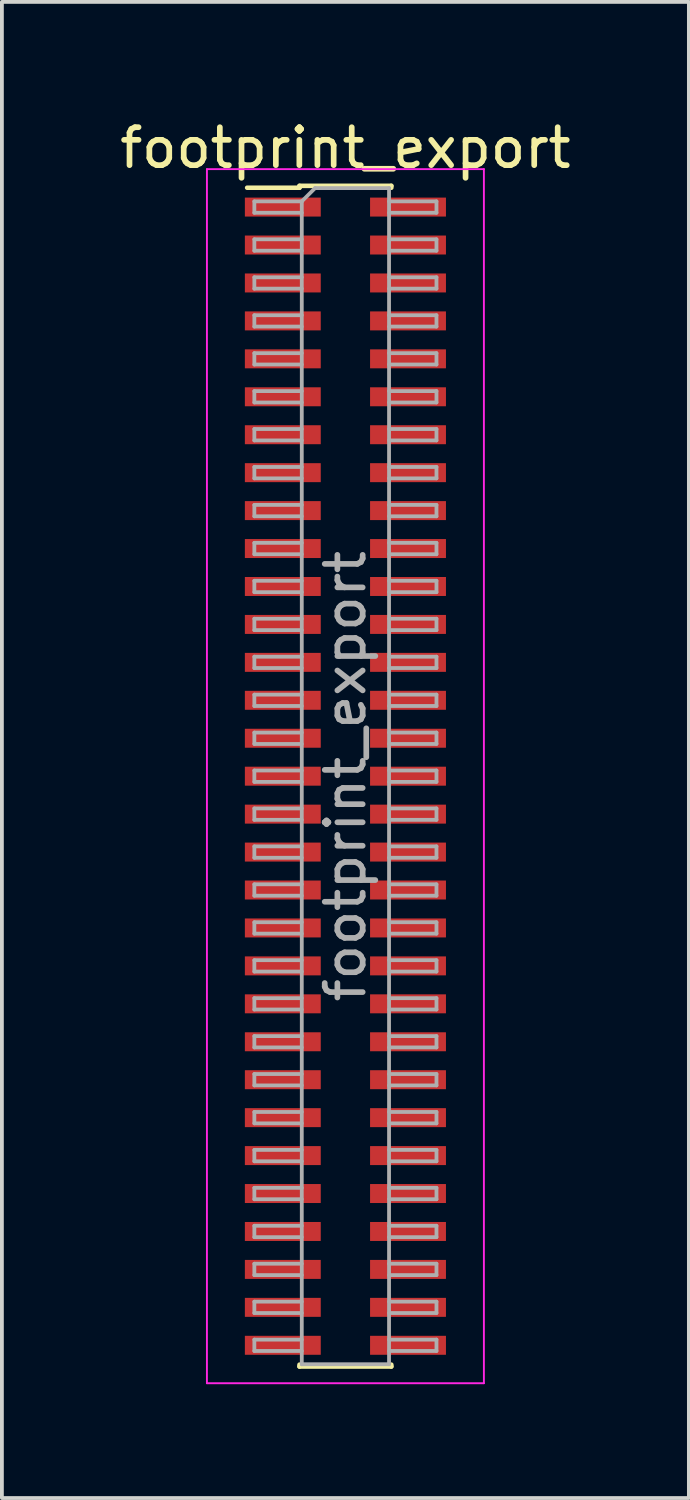
<source format=kicad_pcb>
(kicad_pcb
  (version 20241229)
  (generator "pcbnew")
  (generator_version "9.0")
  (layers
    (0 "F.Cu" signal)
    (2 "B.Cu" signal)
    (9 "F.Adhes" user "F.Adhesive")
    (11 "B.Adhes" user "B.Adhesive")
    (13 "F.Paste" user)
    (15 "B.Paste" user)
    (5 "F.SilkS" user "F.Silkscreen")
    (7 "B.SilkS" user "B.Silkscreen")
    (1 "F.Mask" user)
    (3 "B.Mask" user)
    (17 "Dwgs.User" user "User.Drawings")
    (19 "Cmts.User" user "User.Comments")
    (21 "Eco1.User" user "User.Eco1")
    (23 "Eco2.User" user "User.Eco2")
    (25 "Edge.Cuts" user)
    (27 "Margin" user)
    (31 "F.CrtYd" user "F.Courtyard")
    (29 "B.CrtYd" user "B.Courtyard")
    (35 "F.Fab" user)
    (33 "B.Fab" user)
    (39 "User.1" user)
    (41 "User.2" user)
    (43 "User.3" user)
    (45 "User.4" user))
  (footprint "footprint_export"
    (layer "F.Cu")
    (at 6.054 17.408)
    (property "Reference" "footprint_export" (at 0 -16.56 0) (layer "F.SilkS") (effects (font (size 1 1) (thickness 0.15))))
    (attr smd)
    (fp_line (start -2.59 -15.51) (end -1.21 -15.51) (stroke (width 0.12) (type solid)) (layer "F.SilkS"))
    (fp_line (start -1.21 -15.56) (end -1.21 -15.51) (stroke (width 0.12) (type solid)) (layer "F.SilkS"))
    (fp_line (start -1.21 -15.56) (end 1.21 -15.56) (stroke (width 0.12) (type solid)) (layer "F.SilkS"))
    (fp_line (start -1.21 15.51) (end -1.21 15.56) (stroke (width 0.12) (type solid)) (layer "F.SilkS"))
    (fp_line (start -1.21 15.56) (end 1.21 15.56) (stroke (width 0.12) (type solid)) (layer "F.SilkS"))
    (fp_line (start 1.21 -15.56) (end 1.21 -15.51) (stroke (width 0.12) (type solid)) (layer "F.SilkS"))
    (fp_line (start 1.21 15.51) (end 1.21 15.56) (stroke (width 0.12) (type solid)) (layer "F.SilkS"))
    (fp_line (start -3.65 -16) (end -3.65 16) (stroke (width 0.05) (type solid)) (layer "F.CrtYd"))
    (fp_line (start -3.65 16) (end 3.65 16) (stroke (width 0.05) (type solid)) (layer "F.CrtYd"))
    (fp_line (start 3.65 -16) (end -3.65 -16) (stroke (width 0.05) (type solid)) (layer "F.CrtYd"))
    (fp_line (start 3.65 16) (end 3.65 -16) (stroke (width 0.05) (type solid)) (layer "F.CrtYd"))
    (fp_line (start -2.4 -15.15) (end -2.4 -14.85) (stroke (width 0.1) (type solid)) (layer "F.Fab"))
    (fp_line (start -2.4 -14.85) (end -1.15 -14.85) (stroke (width 0.1) (type solid)) (layer "F.Fab"))
    (fp_line (start -2.4 -14.15) (end -2.4 -13.85) (stroke (width 0.1) (type solid)) (layer "F.Fab"))
    (fp_line (start -2.4 -13.85) (end -1.15 -13.85) (stroke (width 0.1) (type solid)) (layer "F.Fab"))
    (fp_line (start -2.4 -13.15) (end -2.4 -12.85) (stroke (width 0.1) (type solid)) (layer "F.Fab"))
    (fp_line (start -2.4 -12.85) (end -1.15 -12.85) (stroke (width 0.1) (type solid)) (layer "F.Fab"))
    (fp_line (start -2.4 -12.15) (end -2.4 -11.85) (stroke (width 0.1) (type solid)) (layer "F.Fab"))
    (fp_line (start -2.4 -11.85) (end -1.15 -11.85) (stroke (width 0.1) (type solid)) (layer "F.Fab"))
    (fp_line (start -2.4 -11.15) (end -2.4 -10.85) (stroke (width 0.1) (type solid)) (layer "F.Fab"))
    (fp_line (start -2.4 -10.85) (end -1.15 -10.85) (stroke (width 0.1) (type solid)) (layer "F.Fab"))
    (fp_line (start -2.4 -10.15) (end -2.4 -9.85) (stroke (width 0.1) (type solid)) (layer "F.Fab"))
    (fp_line (start -2.4 -9.85) (end -1.15 -9.85) (stroke (width 0.1) (type solid)) (layer "F.Fab"))
    (fp_line (start -2.4 -9.15) (end -2.4 -8.85) (stroke (width 0.1) (type solid)) (layer "F.Fab"))
    (fp_line (start -2.4 -8.85) (end -1.15 -8.85) (stroke (width 0.1) (type solid)) (layer "F.Fab"))
    (fp_line (start -2.4 -8.15) (end -2.4 -7.85) (stroke (width 0.1) (type solid)) (layer "F.Fab"))
    (fp_line (start -2.4 -7.85) (end -1.15 -7.85) (stroke (width 0.1) (type solid)) (layer "F.Fab"))
    (fp_line (start -2.4 -7.15) (end -2.4 -6.85) (stroke (width 0.1) (type solid)) (layer "F.Fab"))
    (fp_line (start -2.4 -6.85) (end -1.15 -6.85) (stroke (width 0.1) (type solid)) (layer "F.Fab"))
    (fp_line (start -2.4 -6.15) (end -2.4 -5.85) (stroke (width 0.1) (type solid)) (layer "F.Fab"))
    (fp_line (start -2.4 -5.85) (end -1.15 -5.85) (stroke (width 0.1) (type solid)) (layer "F.Fab"))
    (fp_line (start -2.4 -5.15) (end -2.4 -4.85) (stroke (width 0.1) (type solid)) (layer "F.Fab"))
    (fp_line (start -2.4 -4.85) (end -1.15 -4.85) (stroke (width 0.1) (type solid)) (layer "F.Fab"))
    (fp_line (start -2.4 -4.15) (end -2.4 -3.85) (stroke (width 0.1) (type solid)) (layer "F.Fab"))
    (fp_line (start -2.4 -3.85) (end -1.15 -3.85) (stroke (width 0.1) (type solid)) (layer "F.Fab"))
    (fp_line (start -2.4 -3.15) (end -2.4 -2.85) (stroke (width 0.1) (type solid)) (layer "F.Fab"))
    (fp_line (start -2.4 -2.85) (end -1.15 -2.85) (stroke (width 0.1) (type solid)) (layer "F.Fab"))
    (fp_line (start -2.4 -2.15) (end -2.4 -1.85) (stroke (width 0.1) (type solid)) (layer "F.Fab"))
    (fp_line (start -2.4 -1.85) (end -1.15 -1.85) (stroke (width 0.1) (type solid)) (layer "F.Fab"))
    (fp_line (start -2.4 -1.15) (end -2.4 -0.85) (stroke (width 0.1) (type solid)) (layer "F.Fab"))
    (fp_line (start -2.4 -0.85) (end -1.15 -0.85) (stroke (width 0.1) (type solid)) (layer "F.Fab"))
    (fp_line (start -2.4 -0.15) (end -2.4 0.15) (stroke (width 0.1) (type solid)) (layer "F.Fab"))
    (fp_line (start -2.4 0.15) (end -1.15 0.15) (stroke (width 0.1) (type solid)) (layer "F.Fab"))
    (fp_line (start -2.4 0.85) (end -2.4 1.15) (stroke (width 0.1) (type solid)) (layer "F.Fab"))
    (fp_line (start -2.4 1.15) (end -1.15 1.15) (stroke (width 0.1) (type solid)) (layer "F.Fab"))
    (fp_line (start -2.4 1.85) (end -2.4 2.15) (stroke (width 0.1) (type solid)) (layer "F.Fab"))
    (fp_line (start -2.4 2.15) (end -1.15 2.15) (stroke (width 0.1) (type solid)) (layer "F.Fab"))
    (fp_line (start -2.4 2.85) (end -2.4 3.15) (stroke (width 0.1) (type solid)) (layer "F.Fab"))
    (fp_line (start -2.4 3.15) (end -1.15 3.15) (stroke (width 0.1) (type solid)) (layer "F.Fab"))
    (fp_line (start -2.4 3.85) (end -2.4 4.15) (stroke (width 0.1) (type solid)) (layer "F.Fab"))
    (fp_line (start -2.4 4.15) (end -1.15 4.15) (stroke (width 0.1) (type solid)) (layer "F.Fab"))
    (fp_line (start -2.4 4.85) (end -2.4 5.15) (stroke (width 0.1) (type solid)) (layer "F.Fab"))
    (fp_line (start -2.4 5.15) (end -1.15 5.15) (stroke (width 0.1) (type solid)) (layer "F.Fab"))
    (fp_line (start -2.4 5.85) (end -2.4 6.15) (stroke (width 0.1) (type solid)) (layer "F.Fab"))
    (fp_line (start -2.4 6.15) (end -1.15 6.15) (stroke (width 0.1) (type solid)) (layer "F.Fab"))
    (fp_line (start -2.4 6.85) (end -2.4 7.15) (stroke (width 0.1) (type solid)) (layer "F.Fab"))
    (fp_line (start -2.4 7.15) (end -1.15 7.15) (stroke (width 0.1) (type solid)) (layer "F.Fab"))
    (fp_line (start -2.4 7.85) (end -2.4 8.15) (stroke (width 0.1) (type solid)) (layer "F.Fab"))
    (fp_line (start -2.4 8.15) (end -1.15 8.15) (stroke (width 0.1) (type solid)) (layer "F.Fab"))
    (fp_line (start -2.4 8.85) (end -2.4 9.15) (stroke (width 0.1) (type solid)) (layer "F.Fab"))
    (fp_line (start -2.4 9.15) (end -1.15 9.15) (stroke (width 0.1) (type solid)) (layer "F.Fab"))
    (fp_line (start -2.4 9.85) (end -2.4 10.15) (stroke (width 0.1) (type solid)) (layer "F.Fab"))
    (fp_line (start -2.4 10.15) (end -1.15 10.15) (stroke (width 0.1) (type solid)) (layer "F.Fab"))
    (fp_line (start -2.4 10.85) (end -2.4 11.15) (stroke (width 0.1) (type solid)) (layer "F.Fab"))
    (fp_line (start -2.4 11.15) (end -1.15 11.15) (stroke (width 0.1) (type solid)) (layer "F.Fab"))
    (fp_line (start -2.4 11.85) (end -2.4 12.15) (stroke (width 0.1) (type solid)) (layer "F.Fab"))
    (fp_line (start -2.4 12.15) (end -1.15 12.15) (stroke (width 0.1) (type solid)) (layer "F.Fab"))
    (fp_line (start -2.4 12.85) (end -2.4 13.15) (stroke (width 0.1) (type solid)) (layer "F.Fab"))
    (fp_line (start -2.4 13.15) (end -1.15 13.15) (stroke (width 0.1) (type solid)) (layer "F.Fab"))
    (fp_line (start -2.4 13.85) (end -2.4 14.15) (stroke (width 0.1) (type solid)) (layer "F.Fab"))
    (fp_line (start -2.4 14.15) (end -1.15 14.15) (stroke (width 0.1) (type solid)) (layer "F.Fab"))
    (fp_line (start -2.4 14.85) (end -2.4 15.15) (stroke (width 0.1) (type solid)) (layer "F.Fab"))
    (fp_line (start -2.4 15.15) (end -1.15 15.15) (stroke (width 0.1) (type solid)) (layer "F.Fab"))
    (fp_line (start -1.15 -15.15) (end -2.4 -15.15) (stroke (width 0.1) (type solid)) (layer "F.Fab"))
    (fp_line (start -1.15 -15.15) (end -0.8 -15.5) (stroke (width 0.1) (type solid)) (layer "F.Fab"))
    (fp_line (start -1.15 -14.15) (end -2.4 -14.15) (stroke (width 0.1) (type solid)) (layer "F.Fab"))
    (fp_line (start -1.15 -13.15) (end -2.4 -13.15) (stroke (width 0.1) (type solid)) (layer "F.Fab"))
    (fp_line (start -1.15 -12.15) (end -2.4 -12.15) (stroke (width 0.1) (type solid)) (layer "F.Fab"))
    (fp_line (start -1.15 -11.15) (end -2.4 -11.15) (stroke (width 0.1) (type solid)) (layer "F.Fab"))
    (fp_line (start -1.15 -10.15) (end -2.4 -10.15) (stroke (width 0.1) (type solid)) (layer "F.Fab"))
    (fp_line (start -1.15 -9.15) (end -2.4 -9.15) (stroke (width 0.1) (type solid)) (layer "F.Fab"))
    (fp_line (start -1.15 -8.15) (end -2.4 -8.15) (stroke (width 0.1) (type solid)) (layer "F.Fab"))
    (fp_line (start -1.15 -7.15) (end -2.4 -7.15) (stroke (width 0.1) (type solid)) (layer "F.Fab"))
    (fp_line (start -1.15 -6.15) (end -2.4 -6.15) (stroke (width 0.1) (type solid)) (layer "F.Fab"))
    (fp_line (start -1.15 -5.15) (end -2.4 -5.15) (stroke (width 0.1) (type solid)) (layer "F.Fab"))
    (fp_line (start -1.15 -4.15) (end -2.4 -4.15) (stroke (width 0.1) (type solid)) (layer "F.Fab"))
    (fp_line (start -1.15 -3.15) (end -2.4 -3.15) (stroke (width 0.1) (type solid)) (layer "F.Fab"))
    (fp_line (start -1.15 -2.15) (end -2.4 -2.15) (stroke (width 0.1) (type solid)) (layer "F.Fab"))
    (fp_line (start -1.15 -1.15) (end -2.4 -1.15) (stroke (width 0.1) (type solid)) (layer "F.Fab"))
    (fp_line (start -1.15 -0.15) (end -2.4 -0.15) (stroke (width 0.1) (type solid)) (layer "F.Fab"))
    (fp_line (start -1.15 0.85) (end -2.4 0.85) (stroke (width 0.1) (type solid)) (layer "F.Fab"))
    (fp_line (start -1.15 1.85) (end -2.4 1.85) (stroke (width 0.1) (type solid)) (layer "F.Fab"))
    (fp_line (start -1.15 2.85) (end -2.4 2.85) (stroke (width 0.1) (type solid)) (layer "F.Fab"))
    (fp_line (start -1.15 3.85) (end -2.4 3.85) (stroke (width 0.1) (type solid)) (layer "F.Fab"))
    (fp_line (start -1.15 4.85) (end -2.4 4.85) (stroke (width 0.1) (type solid)) (layer "F.Fab"))
    (fp_line (start -1.15 5.85) (end -2.4 5.85) (stroke (width 0.1) (type solid)) (layer "F.Fab"))
    (fp_line (start -1.15 6.85) (end -2.4 6.85) (stroke (width 0.1) (type solid)) (layer "F.Fab"))
    (fp_line (start -1.15 7.85) (end -2.4 7.85) (stroke (width 0.1) (type solid)) (layer "F.Fab"))
    (fp_line (start -1.15 8.85) (end -2.4 8.85) (stroke (width 0.1) (type solid)) (layer "F.Fab"))
    (fp_line (start -1.15 9.85) (end -2.4 9.85) (stroke (width 0.1) (type solid)) (layer "F.Fab"))
    (fp_line (start -1.15 10.85) (end -2.4 10.85) (stroke (width 0.1) (type solid)) (layer "F.Fab"))
    (fp_line (start -1.15 11.85) (end -2.4 11.85) (stroke (width 0.1) (type solid)) (layer "F.Fab"))
    (fp_line (start -1.15 12.85) (end -2.4 12.85) (stroke (width 0.1) (type solid)) (layer "F.Fab"))
    (fp_line (start -1.15 13.85) (end -2.4 13.85) (stroke (width 0.1) (type solid)) (layer "F.Fab"))
    (fp_line (start -1.15 14.85) (end -2.4 14.85) (stroke (width 0.1) (type solid)) (layer "F.Fab"))
    (fp_line (start -1.15 15.5) (end -1.15 -15.15) (stroke (width 0.1) (type solid)) (layer "F.Fab"))
    (fp_line (start -0.8 -15.5) (end 1.15 -15.5) (stroke (width 0.1) (type solid)) (layer "F.Fab"))
    (fp_line (start 1.15 -15.5) (end 1.15 15.5) (stroke (width 0.1) (type solid)) (layer "F.Fab"))
    (fp_line (start 1.15 -15.15) (end 2.4 -15.15) (stroke (width 0.1) (type solid)) (layer "F.Fab"))
    (fp_line (start 1.15 -14.15) (end 2.4 -14.15) (stroke (width 0.1) (type solid)) (layer "F.Fab"))
    (fp_line (start 1.15 -13.15) (end 2.4 -13.15) (stroke (width 0.1) (type solid)) (layer "F.Fab"))
    (fp_line (start 1.15 -12.15) (end 2.4 -12.15) (stroke (width 0.1) (type solid)) (layer "F.Fab"))
    (fp_line (start 1.15 -11.15) (end 2.4 -11.15) (stroke (width 0.1) (type solid)) (layer "F.Fab"))
    (fp_line (start 1.15 -10.15) (end 2.4 -10.15) (stroke (width 0.1) (type solid)) (layer "F.Fab"))
    (fp_line (start 1.15 -9.15) (end 2.4 -9.15) (stroke (width 0.1) (type solid)) (layer "F.Fab"))
    (fp_line (start 1.15 -8.15) (end 2.4 -8.15) (stroke (width 0.1) (type solid)) (layer "F.Fab"))
    (fp_line (start 1.15 -7.15) (end 2.4 -7.15) (stroke (width 0.1) (type solid)) (layer "F.Fab"))
    (fp_line (start 1.15 -6.15) (end 2.4 -6.15) (stroke (width 0.1) (type solid)) (layer "F.Fab"))
    (fp_line (start 1.15 -5.15) (end 2.4 -5.15) (stroke (width 0.1) (type solid)) (layer "F.Fab"))
    (fp_line (start 1.15 -4.15) (end 2.4 -4.15) (stroke (width 0.1) (type solid)) (layer "F.Fab"))
    (fp_line (start 1.15 -3.15) (end 2.4 -3.15) (stroke (width 0.1) (type solid)) (layer "F.Fab"))
    (fp_line (start 1.15 -2.15) (end 2.4 -2.15) (stroke (width 0.1) (type solid)) (layer "F.Fab"))
    (fp_line (start 1.15 -1.15) (end 2.4 -1.15) (stroke (width 0.1) (type solid)) (layer "F.Fab"))
    (fp_line (start 1.15 -0.15) (end 2.4 -0.15) (stroke (width 0.1) (type solid)) (layer "F.Fab"))
    (fp_line (start 1.15 0.85) (end 2.4 0.85) (stroke (width 0.1) (type solid)) (layer "F.Fab"))
    (fp_line (start 1.15 1.85) (end 2.4 1.85) (stroke (width 0.1) (type solid)) (layer "F.Fab"))
    (fp_line (start 1.15 2.85) (end 2.4 2.85) (stroke (width 0.1) (type solid)) (layer "F.Fab"))
    (fp_line (start 1.15 3.85) (end 2.4 3.85) (stroke (width 0.1) (type solid)) (layer "F.Fab"))
    (fp_line (start 1.15 4.85) (end 2.4 4.85) (stroke (width 0.1) (type solid)) (layer "F.Fab"))
    (fp_line (start 1.15 5.85) (end 2.4 5.85) (stroke (width 0.1) (type solid)) (layer "F.Fab"))
    (fp_line (start 1.15 6.85) (end 2.4 6.85) (stroke (width 0.1) (type solid)) (layer "F.Fab"))
    (fp_line (start 1.15 7.85) (end 2.4 7.85) (stroke (width 0.1) (type solid)) (layer "F.Fab"))
    (fp_line (start 1.15 8.85) (end 2.4 8.85) (stroke (width 0.1) (type solid)) (layer "F.Fab"))
    (fp_line (start 1.15 9.85) (end 2.4 9.85) (stroke (width 0.1) (type solid)) (layer "F.Fab"))
    (fp_line (start 1.15 10.85) (end 2.4 10.85) (stroke (width 0.1) (type solid)) (layer "F.Fab"))
    (fp_line (start 1.15 11.85) (end 2.4 11.85) (stroke (width 0.1) (type solid)) (layer "F.Fab"))
    (fp_line (start 1.15 12.85) (end 2.4 12.85) (stroke (width 0.1) (type solid)) (layer "F.Fab"))
    (fp_line (start 1.15 13.85) (end 2.4 13.85) (stroke (width 0.1) (type solid)) (layer "F.Fab"))
    (fp_line (start 1.15 14.85) (end 2.4 14.85) (stroke (width 0.1) (type solid)) (layer "F.Fab"))
    (fp_line (start 1.15 15.5) (end -1.15 15.5) (stroke (width 0.1) (type solid)) (layer "F.Fab"))
    (fp_line (start 2.4 -15.15) (end 2.4 -14.85) (stroke (width 0.1) (type solid)) (layer "F.Fab"))
    (fp_line (start 2.4 -14.85) (end 1.15 -14.85) (stroke (width 0.1) (type solid)) (layer "F.Fab"))
    (fp_line (start 2.4 -14.15) (end 2.4 -13.85) (stroke (width 0.1) (type solid)) (layer "F.Fab"))
    (fp_line (start 2.4 -13.85) (end 1.15 -13.85) (stroke (width 0.1) (type solid)) (layer "F.Fab"))
    (fp_line (start 2.4 -13.15) (end 2.4 -12.85) (stroke (width 0.1) (type solid)) (layer "F.Fab"))
    (fp_line (start 2.4 -12.85) (end 1.15 -12.85) (stroke (width 0.1) (type solid)) (layer "F.Fab"))
    (fp_line (start 2.4 -12.15) (end 2.4 -11.85) (stroke (width 0.1) (type solid)) (layer "F.Fab"))
    (fp_line (start 2.4 -11.85) (end 1.15 -11.85) (stroke (width 0.1) (type solid)) (layer "F.Fab"))
    (fp_line (start 2.4 -11.15) (end 2.4 -10.85) (stroke (width 0.1) (type solid)) (layer "F.Fab"))
    (fp_line (start 2.4 -10.85) (end 1.15 -10.85) (stroke (width 0.1) (type solid)) (layer "F.Fab"))
    (fp_line (start 2.4 -10.15) (end 2.4 -9.85) (stroke (width 0.1) (type solid)) (layer "F.Fab"))
    (fp_line (start 2.4 -9.85) (end 1.15 -9.85) (stroke (width 0.1) (type solid)) (layer "F.Fab"))
    (fp_line (start 2.4 -9.15) (end 2.4 -8.85) (stroke (width 0.1) (type solid)) (layer "F.Fab"))
    (fp_line (start 2.4 -8.85) (end 1.15 -8.85) (stroke (width 0.1) (type solid)) (layer "F.Fab"))
    (fp_line (start 2.4 -8.15) (end 2.4 -7.85) (stroke (width 0.1) (type solid)) (layer "F.Fab"))
    (fp_line (start 2.4 -7.85) (end 1.15 -7.85) (stroke (width 0.1) (type solid)) (layer "F.Fab"))
    (fp_line (start 2.4 -7.15) (end 2.4 -6.85) (stroke (width 0.1) (type solid)) (layer "F.Fab"))
    (fp_line (start 2.4 -6.85) (end 1.15 -6.85) (stroke (width 0.1) (type solid)) (layer "F.Fab"))
    (fp_line (start 2.4 -6.15) (end 2.4 -5.85) (stroke (width 0.1) (type solid)) (layer "F.Fab"))
    (fp_line (start 2.4 -5.85) (end 1.15 -5.85) (stroke (width 0.1) (type solid)) (layer "F.Fab"))
    (fp_line (start 2.4 -5.15) (end 2.4 -4.85) (stroke (width 0.1) (type solid)) (layer "F.Fab"))
    (fp_line (start 2.4 -4.85) (end 1.15 -4.85) (stroke (width 0.1) (type solid)) (layer "F.Fab"))
    (fp_line (start 2.4 -4.15) (end 2.4 -3.85) (stroke (width 0.1) (type solid)) (layer "F.Fab"))
    (fp_line (start 2.4 -3.85) (end 1.15 -3.85) (stroke (width 0.1) (type solid)) (layer "F.Fab"))
    (fp_line (start 2.4 -3.15) (end 2.4 -2.85) (stroke (width 0.1) (type solid)) (layer "F.Fab"))
    (fp_line (start 2.4 -2.85) (end 1.15 -2.85) (stroke (width 0.1) (type solid)) (layer "F.Fab"))
    (fp_line (start 2.4 -2.15) (end 2.4 -1.85) (stroke (width 0.1) (type solid)) (layer "F.Fab"))
    (fp_line (start 2.4 -1.85) (end 1.15 -1.85) (stroke (width 0.1) (type solid)) (layer "F.Fab"))
    (fp_line (start 2.4 -1.15) (end 2.4 -0.85) (stroke (width 0.1) (type solid)) (layer "F.Fab"))
    (fp_line (start 2.4 -0.85) (end 1.15 -0.85) (stroke (width 0.1) (type solid)) (layer "F.Fab"))
    (fp_line (start 2.4 -0.15) (end 2.4 0.15) (stroke (width 0.1) (type solid)) (layer "F.Fab"))
    (fp_line (start 2.4 0.15) (end 1.15 0.15) (stroke (width 0.1) (type solid)) (layer "F.Fab"))
    (fp_line (start 2.4 0.85) (end 2.4 1.15) (stroke (width 0.1) (type solid)) (layer "F.Fab"))
    (fp_line (start 2.4 1.15) (end 1.15 1.15) (stroke (width 0.1) (type solid)) (layer "F.Fab"))
    (fp_line (start 2.4 1.85) (end 2.4 2.15) (stroke (width 0.1) (type solid)) (layer "F.Fab"))
    (fp_line (start 2.4 2.15) (end 1.15 2.15) (stroke (width 0.1) (type solid)) (layer "F.Fab"))
    (fp_line (start 2.4 2.85) (end 2.4 3.15) (stroke (width 0.1) (type solid)) (layer "F.Fab"))
    (fp_line (start 2.4 3.15) (end 1.15 3.15) (stroke (width 0.1) (type solid)) (layer "F.Fab"))
    (fp_line (start 2.4 3.85) (end 2.4 4.15) (stroke (width 0.1) (type solid)) (layer "F.Fab"))
    (fp_line (start 2.4 4.15) (end 1.15 4.15) (stroke (width 0.1) (type solid)) (layer "F.Fab"))
    (fp_line (start 2.4 4.85) (end 2.4 5.15) (stroke (width 0.1) (type solid)) (layer "F.Fab"))
    (fp_line (start 2.4 5.15) (end 1.15 5.15) (stroke (width 0.1) (type solid)) (layer "F.Fab"))
    (fp_line (start 2.4 5.85) (end 2.4 6.15) (stroke (width 0.1) (type solid)) (layer "F.Fab"))
    (fp_line (start 2.4 6.15) (end 1.15 6.15) (stroke (width 0.1) (type solid)) (layer "F.Fab"))
    (fp_line (start 2.4 6.85) (end 2.4 7.15) (stroke (width 0.1) (type solid)) (layer "F.Fab"))
    (fp_line (start 2.4 7.15) (end 1.15 7.15) (stroke (width 0.1) (type solid)) (layer "F.Fab"))
    (fp_line (start 2.4 7.85) (end 2.4 8.15) (stroke (width 0.1) (type solid)) (layer "F.Fab"))
    (fp_line (start 2.4 8.15) (end 1.15 8.15) (stroke (width 0.1) (type solid)) (layer "F.Fab"))
    (fp_line (start 2.4 8.85) (end 2.4 9.15) (stroke (width 0.1) (type solid)) (layer "F.Fab"))
    (fp_line (start 2.4 9.15) (end 1.15 9.15) (stroke (width 0.1) (type solid)) (layer "F.Fab"))
    (fp_line (start 2.4 9.85) (end 2.4 10.15) (stroke (width 0.1) (type solid)) (layer "F.Fab"))
    (fp_line (start 2.4 10.15) (end 1.15 10.15) (stroke (width 0.1) (type solid)) (layer "F.Fab"))
    (fp_line (start 2.4 10.85) (end 2.4 11.15) (stroke (width 0.1) (type solid)) (layer "F.Fab"))
    (fp_line (start 2.4 11.15) (end 1.15 11.15) (stroke (width 0.1) (type solid)) (layer "F.Fab"))
    (fp_line (start 2.4 11.85) (end 2.4 12.15) (stroke (width 0.1) (type solid)) (layer "F.Fab"))
    (fp_line (start 2.4 12.15) (end 1.15 12.15) (stroke (width 0.1) (type solid)) (layer "F.Fab"))
    (fp_line (start 2.4 12.85) (end 2.4 13.15) (stroke (width 0.1) (type solid)) (layer "F.Fab"))
    (fp_line (start 2.4 13.15) (end 1.15 13.15) (stroke (width 0.1) (type solid)) (layer "F.Fab"))
    (fp_line (start 2.4 13.85) (end 2.4 14.15) (stroke (width 0.1) (type solid)) (layer "F.Fab"))
    (fp_line (start 2.4 14.15) (end 1.15 14.15) (stroke (width 0.1) (type solid)) (layer "F.Fab"))
    (fp_line (start 2.4 14.85) (end 2.4 15.15) (stroke (width 0.1) (type solid)) (layer "F.Fab"))
    (fp_line (start 2.4 15.15) (end 1.15 15.15) (stroke (width 0.1) (type solid)) (layer "F.Fab"))
    (fp_text user "${REFERENCE}" (at 0 0 90) (layer "F.Fab") (effects (font (size 1 1) (thickness 0.15))))
    (pad "1" smd rect (at -1.65 -15) (size 2 0.5) (layers "F.Cu" "F.Mask" "F.Paste"))
    (pad "2" smd rect (at 1.65 -15) (size 2 0.5) (layers "F.Cu" "F.Mask" "F.Paste"))
    (pad "3" smd rect (at -1.65 -14) (size 2 0.5) (layers "F.Cu" "F.Mask" "F.Paste"))
    (pad "4" smd rect (at 1.65 -14) (size 2 0.5) (layers "F.Cu" "F.Mask" "F.Paste"))
    (pad "5" smd rect (at -1.65 -13) (size 2 0.5) (layers "F.Cu" "F.Mask" "F.Paste"))
    (pad "6" smd rect (at 1.65 -13) (size 2 0.5) (layers "F.Cu" "F.Mask" "F.Paste"))
    (pad "7" smd rect (at -1.65 -12) (size 2 0.5) (layers "F.Cu" "F.Mask" "F.Paste"))
    (pad "8" smd rect (at 1.65 -12) (size 2 0.5) (layers "F.Cu" "F.Mask" "F.Paste"))
    (pad "9" smd rect (at -1.65 -11) (size 2 0.5) (layers "F.Cu" "F.Mask" "F.Paste"))
    (pad "10" smd rect (at 1.65 -11) (size 2 0.5) (layers "F.Cu" "F.Mask" "F.Paste"))
    (pad "11" smd rect (at -1.65 -10) (size 2 0.5) (layers "F.Cu" "F.Mask" "F.Paste"))
    (pad "12" smd rect (at 1.65 -10) (size 2 0.5) (layers "F.Cu" "F.Mask" "F.Paste"))
    (pad "13" smd rect (at -1.65 -9) (size 2 0.5) (layers "F.Cu" "F.Mask" "F.Paste"))
    (pad "14" smd rect (at 1.65 -9) (size 2 0.5) (layers "F.Cu" "F.Mask" "F.Paste"))
    (pad "15" smd rect (at -1.65 -8) (size 2 0.5) (layers "F.Cu" "F.Mask" "F.Paste"))
    (pad "16" smd rect (at 1.65 -8) (size 2 0.5) (layers "F.Cu" "F.Mask" "F.Paste"))
    (pad "17" smd rect (at -1.65 -7) (size 2 0.5) (layers "F.Cu" "F.Mask" "F.Paste"))
    (pad "18" smd rect (at 1.65 -7) (size 2 0.5) (layers "F.Cu" "F.Mask" "F.Paste"))
    (pad "19" smd rect (at -1.65 -6) (size 2 0.5) (layers "F.Cu" "F.Mask" "F.Paste"))
    (pad "20" smd rect (at 1.65 -6) (size 2 0.5) (layers "F.Cu" "F.Mask" "F.Paste"))
    (pad "21" smd rect (at -1.65 -5) (size 2 0.5) (layers "F.Cu" "F.Mask" "F.Paste"))
    (pad "22" smd rect (at 1.65 -5) (size 2 0.5) (layers "F.Cu" "F.Mask" "F.Paste"))
    (pad "23" smd rect (at -1.65 -4) (size 2 0.5) (layers "F.Cu" "F.Mask" "F.Paste"))
    (pad "24" smd rect (at 1.65 -4) (size 2 0.5) (layers "F.Cu" "F.Mask" "F.Paste"))
    (pad "25" smd rect (at -1.65 -3) (size 2 0.5) (layers "F.Cu" "F.Mask" "F.Paste"))
    (pad "26" smd rect (at 1.65 -3) (size 2 0.5) (layers "F.Cu" "F.Mask" "F.Paste"))
    (pad "27" smd rect (at -1.65 -2) (size 2 0.5) (layers "F.Cu" "F.Mask" "F.Paste"))
    (pad "28" smd rect (at 1.65 -2) (size 2 0.5) (layers "F.Cu" "F.Mask" "F.Paste"))
    (pad "29" smd rect (at -1.65 -1) (size 2 0.5) (layers "F.Cu" "F.Mask" "F.Paste"))
    (pad "30" smd rect (at 1.65 -1) (size 2 0.5) (layers "F.Cu" "F.Mask" "F.Paste"))
    (pad "31" smd rect (at -1.65 0) (size 2 0.5) (layers "F.Cu" "F.Mask" "F.Paste"))
    (pad "32" smd rect (at 1.65 0) (size 2 0.5) (layers "F.Cu" "F.Mask" "F.Paste"))
    (pad "33" smd rect (at -1.65 1) (size 2 0.5) (layers "F.Cu" "F.Mask" "F.Paste"))
    (pad "34" smd rect (at 1.65 1) (size 2 0.5) (layers "F.Cu" "F.Mask" "F.Paste"))
    (pad "35" smd rect (at -1.65 2) (size 2 0.5) (layers "F.Cu" "F.Mask" "F.Paste"))
    (pad "36" smd rect (at 1.65 2) (size 2 0.5) (layers "F.Cu" "F.Mask" "F.Paste"))
    (pad "37" smd rect (at -1.65 3) (size 2 0.5) (layers "F.Cu" "F.Mask" "F.Paste"))
    (pad "38" smd rect (at 1.65 3) (size 2 0.5) (layers "F.Cu" "F.Mask" "F.Paste"))
    (pad "39" smd rect (at -1.65 4) (size 2 0.5) (layers "F.Cu" "F.Mask" "F.Paste"))
    (pad "40" smd rect (at 1.65 4) (size 2 0.5) (layers "F.Cu" "F.Mask" "F.Paste"))
    (pad "41" smd rect (at -1.65 5) (size 2 0.5) (layers "F.Cu" "F.Mask" "F.Paste"))
    (pad "42" smd rect (at 1.65 5) (size 2 0.5) (layers "F.Cu" "F.Mask" "F.Paste"))
    (pad "43" smd rect (at -1.65 6) (size 2 0.5) (layers "F.Cu" "F.Mask" "F.Paste"))
    (pad "44" smd rect (at 1.65 6) (size 2 0.5) (layers "F.Cu" "F.Mask" "F.Paste"))
    (pad "45" smd rect (at -1.65 7) (size 2 0.5) (layers "F.Cu" "F.Mask" "F.Paste"))
    (pad "46" smd rect (at 1.65 7) (size 2 0.5) (layers "F.Cu" "F.Mask" "F.Paste"))
    (pad "47" smd rect (at -1.65 8) (size 2 0.5) (layers "F.Cu" "F.Mask" "F.Paste"))
    (pad "48" smd rect (at 1.65 8) (size 2 0.5) (layers "F.Cu" "F.Mask" "F.Paste"))
    (pad "49" smd rect (at -1.65 9) (size 2 0.5) (layers "F.Cu" "F.Mask" "F.Paste"))
    (pad "50" smd rect (at 1.65 9) (size 2 0.5) (layers "F.Cu" "F.Mask" "F.Paste"))
    (pad "51" smd rect (at -1.65 10) (size 2 0.5) (layers "F.Cu" "F.Mask" "F.Paste"))
    (pad "52" smd rect (at 1.65 10) (size 2 0.5) (layers "F.Cu" "F.Mask" "F.Paste"))
    (pad "53" smd rect (at -1.65 11) (size 2 0.5) (layers "F.Cu" "F.Mask" "F.Paste"))
    (pad "54" smd rect (at 1.65 11) (size 2 0.5) (layers "F.Cu" "F.Mask" "F.Paste"))
    (pad "55" smd rect (at -1.65 12) (size 2 0.5) (layers "F.Cu" "F.Mask" "F.Paste"))
    (pad "56" smd rect (at 1.65 12) (size 2 0.5) (layers "F.Cu" "F.Mask" "F.Paste"))
    (pad "57" smd rect (at -1.65 13) (size 2 0.5) (layers "F.Cu" "F.Mask" "F.Paste"))
    (pad "58" smd rect (at 1.65 13) (size 2 0.5) (layers "F.Cu" "F.Mask" "F.Paste"))
    (pad "59" smd rect (at -1.65 14) (size 2 0.5) (layers "F.Cu" "F.Mask" "F.Paste"))
    (pad "60" smd rect (at 1.65 14) (size 2 0.5) (layers "F.Cu" "F.Mask" "F.Paste"))
    (pad "61" smd rect (at -1.65 15) (size 2 0.5) (layers "F.Cu" "F.Mask" "F.Paste"))
    (pad "62" smd rect (at 1.65 15) (size 2 0.5) (layers "F.Cu" "F.Mask" "F.Paste")))
  (gr_rect
    (start -3 -3)
    (end 15.107 36.433)
    (stroke (width 0.1) (type default))
    (fill no)
    (layer "Edge.Cuts")))
</source>
